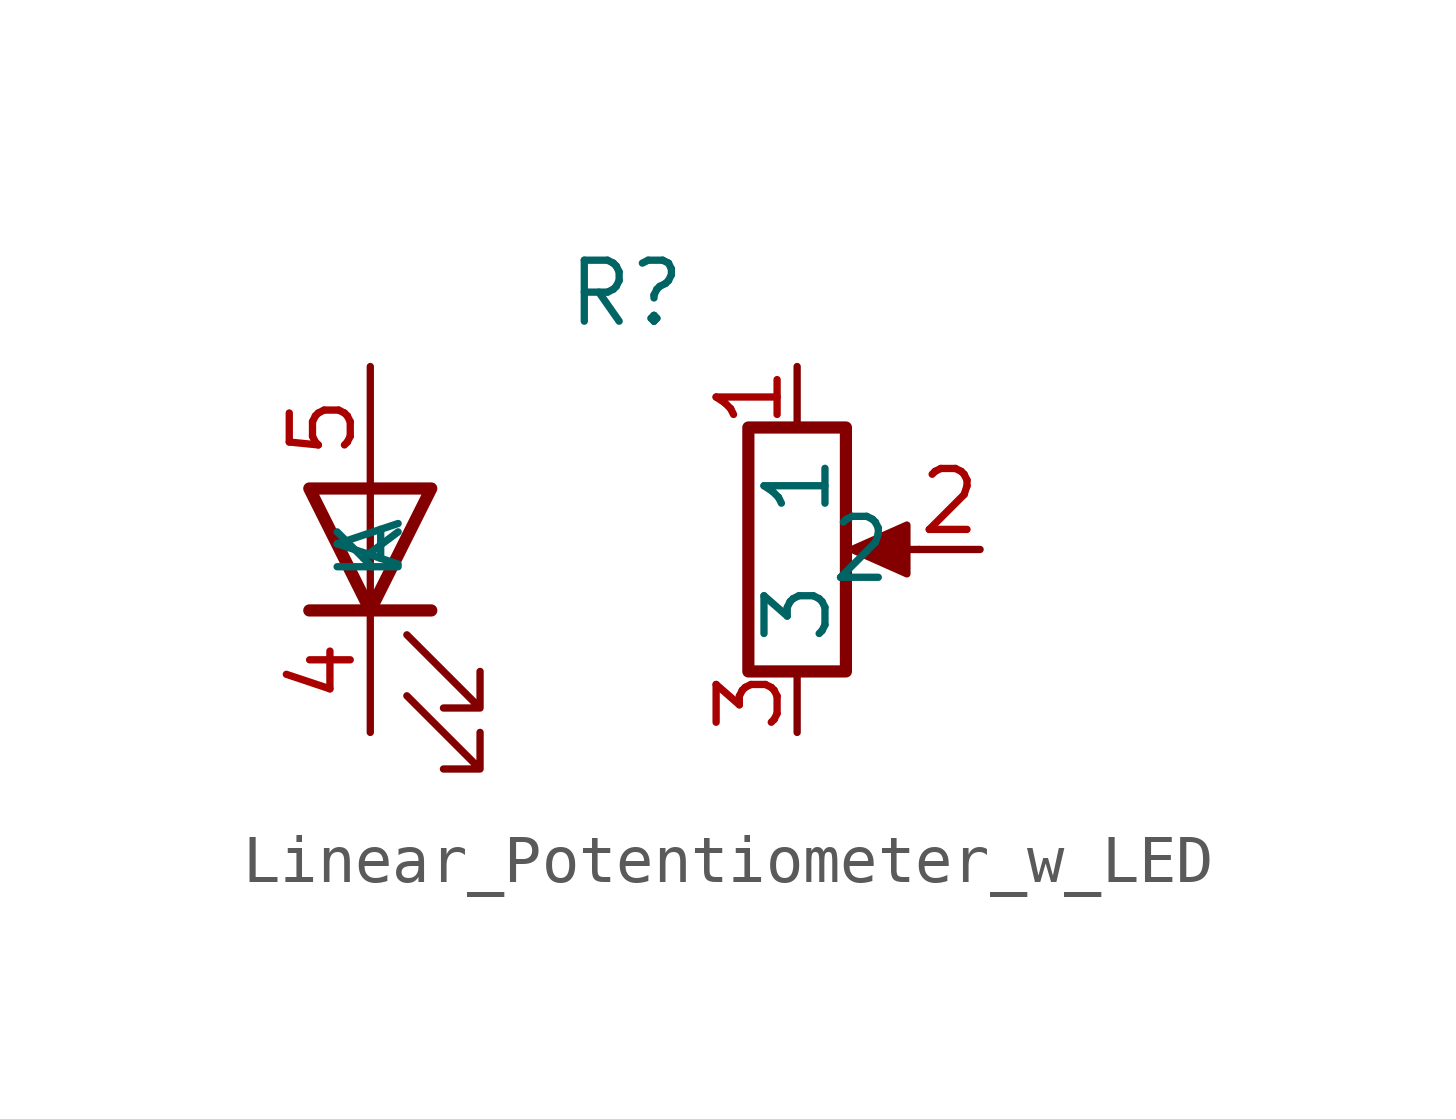
<source format=kicad_sym>
(kicad_symbol_lib
  (version 20231120)
  (generator "kicad_symbol_editor")
  (generator_version "8.0")
  (symbol "Linear_Potentiometer_w_LED"
    (property "Reference" "R"
      (at -3.556 5.334 0)
      (effects (font (size 1.27 1.27))))
    (property "Value" ""
      (at 7.62 2.54 0)
      (effects (font (size 1.27 1.27))))
    (symbol "Linear_Potentiometer_w_LED_0_1"
      (polyline (pts (xy -8.89 -1.27) (xy -8.89 1.27)) (stroke (width 0) (type default)) (fill (type none)))
      (polyline (pts (xy -7.62 -1.27) (xy -10.16 -1.27)) (stroke (width 0.254) (type default)) (fill (type none)))
      (polyline (pts (xy 2.54 0) (xy 1.524 0)) (stroke (width 0) (type default)) (fill (type none)))
      (polyline (pts (xy -7.62 1.27) (xy -10.16 1.27) (xy -8.89 -1.27) (xy -7.62 1.27)) (stroke (width 0.254) (type default)) (fill (type none)))
      (polyline (pts (xy 1.143 0) (xy 2.286 0.508) (xy 2.286 -0.508) (xy 1.143 0)) (stroke (width 0) (type default)) (fill (type outline)))
      (polyline (pts (xy -8.128 -3.048) (xy -6.604 -4.572) (xy -6.604 -3.81) (xy -6.604 -4.572) (xy -7.366 -4.572)) (stroke (width 0) (type default)) (fill (type none)))
      (polyline (pts (xy -8.128 -1.778) (xy -6.604 -3.302) (xy -6.604 -2.54) (xy -6.604 -3.302) (xy -7.366 -3.302)) (stroke (width 0) (type default)) (fill (type none)))
      (rectangle (start 1.016 2.54) (end -1.016 -2.54) (stroke (width 0.254) (type default)) (fill (type none))))
    (symbol "Linear_Potentiometer_w_LED_1_1"
      (pin passive line (at 0 3.81 270) (length 1.27) (name "1" (effects (font (size 1.27 1.27)))) (number "1" (effects (font (size 1.27 1.27)))))
      (pin passive line (at 3.81 0 180) (length 1.27) (name "2" (effects (font (size 1.27 1.27)))) (number "2" (effects (font (size 1.27 1.27)))))
      (pin passive line (at 0 -3.81 90) (length 1.27) (name "3" (effects (font (size 1.27 1.27)))) (number "3" (effects (font (size 1.27 1.27)))))
      (pin passive line (at -8.89 -3.81 90) (length 2.54) (name "K" (effects (font (size 1.27 1.27)))) (number "4" (effects (font (size 1.27 1.27)))))
      (pin passive line (at -8.89 3.81 270) (length 2.54) (name "A" (effects (font (size 1.27 1.27)))) (number "5" (effects (font (size 1.27 1.27))))))))
</source>
